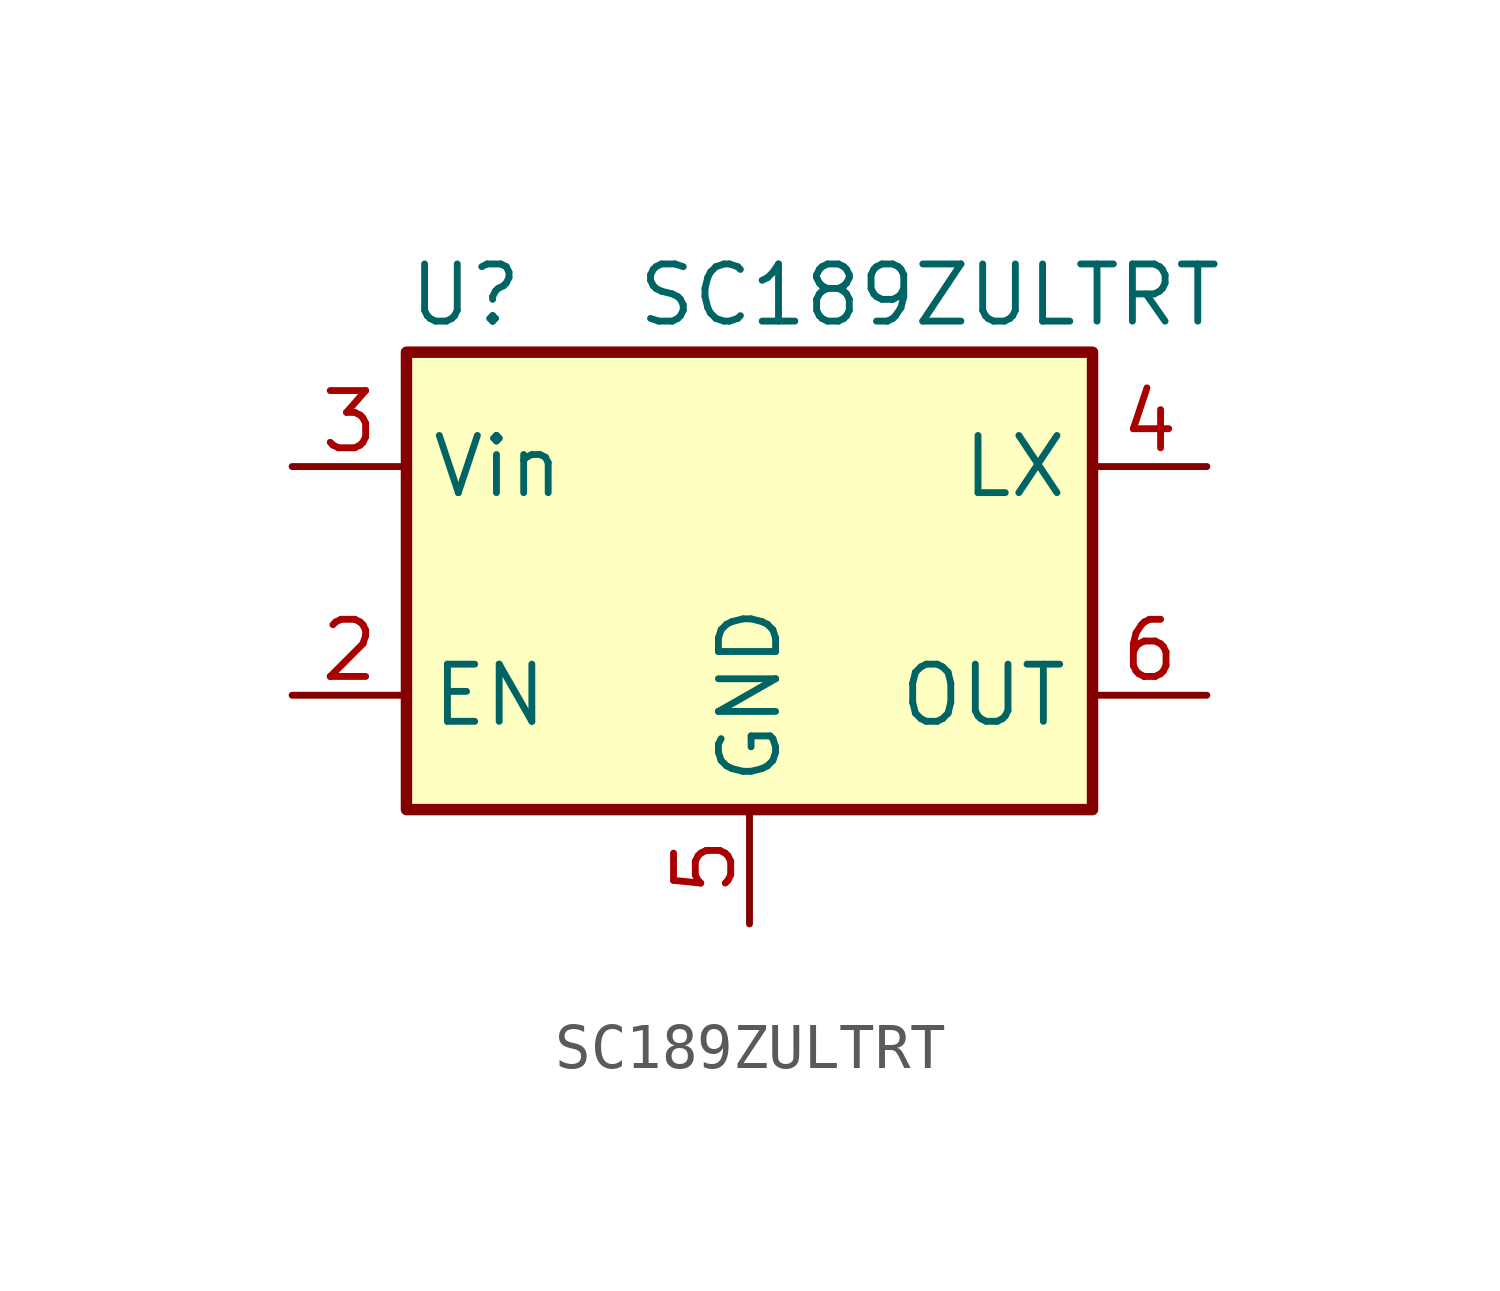
<source format=kicad_sym>
(kicad_symbol_lib
  (version 20211014)
  (generator kicad_symbol_editor)
  (symbol "SC189ZULTRT"
    (property "Reference" "U"
      (at -7.62 6.35 0)
      (effects (font (size 1.27 1.27)) (justify left)))
    (property "Value" "SC189ZULTRT"
      (at -2.54 6.35 0)
      (effects (font (size 1.27 1.27)) (justify left)))
    (symbol "SC189ZULTRT_0_1"
      (rectangle (start -7.62 5.08) (end 7.62 -5.08) (stroke (width 0.254) (type default) (color 0 0 0 0)) (fill (type background))))
    (symbol "SC189ZULTRT_1_1"
      (pin input line (at -10.16 -2.54 0) (length 2.54) (name "EN" (effects (font (size 1.27 1.27)))) (number "2" (effects (font (size 1.27 1.27)))))
      (pin power_in line (at -10.16 2.54 0) (length 2.54) (name "Vin" (effects (font (size 1.27 1.27)))) (number "3" (effects (font (size 1.27 1.27)))))
      (pin output line (at 10.16 2.54 180) (length 2.54) (name "LX" (effects (font (size 1.27 1.27)))) (number "4" (effects (font (size 1.27 1.27)))))
      (pin power_in line (at 0 -7.62 90) (length 2.54) (name "GND" (effects (font (size 1.27 1.27)))) (number "5" (effects (font (size 1.27 1.27)))))
      (pin output line (at 10.16 -2.54 180) (length 2.54) (name "OUT" (effects (font (size 1.27 1.27)))) (number "6" (effects (font (size 1.27 1.27))))))))
</source>
